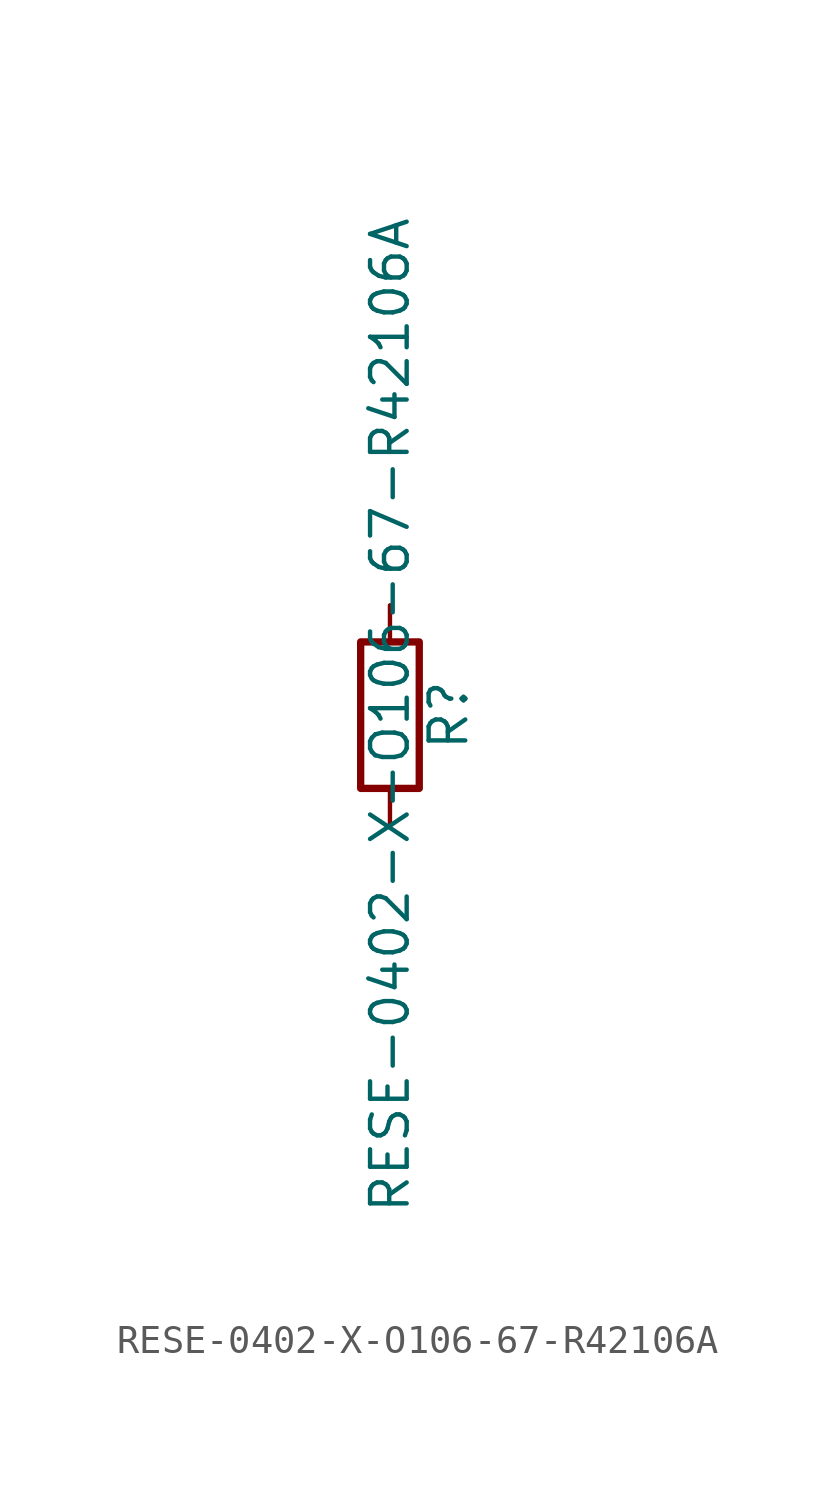
<source format=kicad_sym>
(kicad_symbol_lib
  (version 20211014)
  (generator kicad_symbol_editor)
  (symbol "RESE-0402-X-O106-67-R42106A"
    (pin_numbers hide)
    (pin_names
      (offset 0))
    (property "Reference" "R"
      (at 2.032 0 90)
      (effects (font (size 1.27 1.27))))
    (property "Value" "RESE-0402-X-O106-67-R42106A"
      (at 0 0 90)
      (effects (font (size 1.27 1.27))))
    (symbol "RESE-0402-X-O106-67-R42106A_0_1"
      (rectangle (start -1.016 -2.54) (end 1.016 2.54) (stroke (width 0.254) (type default) (color 0 0 0 0)) (fill (type none))))
    (symbol "RESE-0402-X-O106-67-R42106A_1_1"
      (pin passive line (at 0 3.81 270) (length 1.27) (name "~" (effects (font (size 1.27 1.27)))) (number "1" (effects (font (size 1.27 1.27)))))
      (pin passive line (at 0 -3.81 90) (length 1.27) (name "~" (effects (font (size 1.27 1.27)))) (number "2" (effects (font (size 1.27 1.27))))))))
</source>
